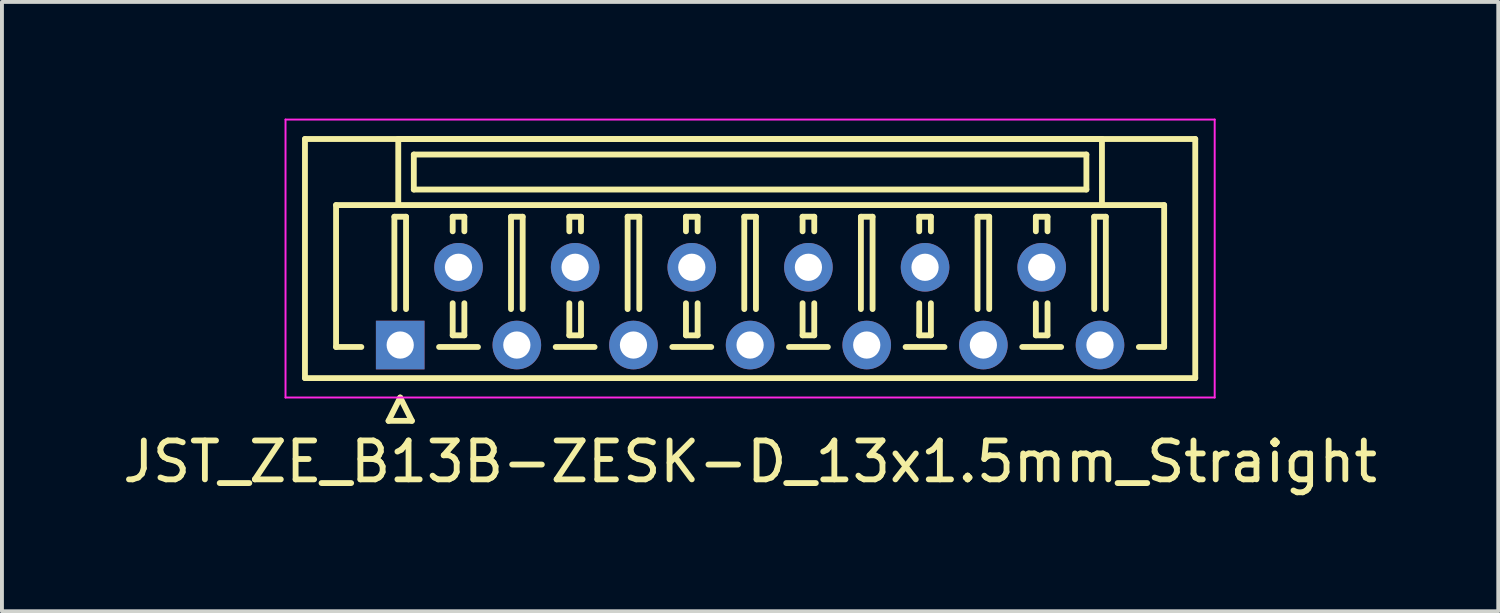
<source format=kicad_pcb>
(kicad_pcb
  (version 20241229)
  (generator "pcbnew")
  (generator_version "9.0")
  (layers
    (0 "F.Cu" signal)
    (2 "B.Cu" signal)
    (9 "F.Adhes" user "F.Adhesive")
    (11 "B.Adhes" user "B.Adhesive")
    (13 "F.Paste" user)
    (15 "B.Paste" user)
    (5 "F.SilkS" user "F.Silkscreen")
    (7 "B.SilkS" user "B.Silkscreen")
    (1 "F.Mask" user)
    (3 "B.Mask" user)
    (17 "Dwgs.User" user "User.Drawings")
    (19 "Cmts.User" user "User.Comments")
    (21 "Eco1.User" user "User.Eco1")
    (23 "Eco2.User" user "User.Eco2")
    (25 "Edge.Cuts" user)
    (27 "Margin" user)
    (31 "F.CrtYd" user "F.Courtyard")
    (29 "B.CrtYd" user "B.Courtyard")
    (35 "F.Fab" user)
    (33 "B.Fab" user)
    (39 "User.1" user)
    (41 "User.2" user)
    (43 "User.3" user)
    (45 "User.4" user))
  (footprint "JST_ZE_B13B-ZESK-D_13x1.5mm_Straight"
    (layer "F.Cu")
    (at 7.244 5.825)
    (property "Reference" "JST_ZE_B13B-ZESK-D_13x1.5mm_Straight" (at 9 3 0) (layer "F.SilkS") (effects (font (size 1 1) (thickness 0.15))))
    (attr through_hole)
    (fp_line (start -2.45 -5.3) (end -2.45 0.85) (stroke (width 0.15) (type solid)) (layer "F.SilkS"))
    (fp_line (start -2.45 0.85) (end 20.45 0.85) (stroke (width 0.15) (type solid)) (layer "F.SilkS"))
    (fp_line (start -1.65 -3.6) (end -1.65 0.05) (stroke (width 0.15) (type solid)) (layer "F.SilkS"))
    (fp_line (start -1.65 0.05) (end -1 0.05) (stroke (width 0.15) (type solid)) (layer "F.SilkS"))
    (fp_line (start -0.3 1.95) (end 0 1.35) (stroke (width 0.15) (type solid)) (layer "F.SilkS"))
    (fp_line (start -0.15 -3.3) (end 0.15 -3.3) (stroke (width 0.15) (type solid)) (layer "F.SilkS"))
    (fp_line (start -0.15 -0.925) (end -0.15 -3.3) (stroke (width 0.15) (type solid)) (layer "F.SilkS"))
    (fp_line (start -0.05 -5.3) (end -0.05 -3.6) (stroke (width 0.15) (type solid)) (layer "F.SilkS"))
    (fp_line (start -0.05 -3.6) (end -1.65 -3.6) (stroke (width 0.15) (type solid)) (layer "F.SilkS"))
    (fp_line (start -0.05 -3.6) (end 18.05 -3.6) (stroke (width 0.15) (type solid)) (layer "F.SilkS"))
    (fp_line (start 0 1.35) (end 0.3 1.95) (stroke (width 0.15) (type solid)) (layer "F.SilkS"))
    (fp_line (start 0.15 -3.3) (end 0.15 -0.925) (stroke (width 0.15) (type solid)) (layer "F.SilkS"))
    (fp_line (start 0.3 1.95) (end -0.3 1.95) (stroke (width 0.15) (type solid)) (layer "F.SilkS"))
    (fp_line (start 0.35 -4.9) (end 0.35 -4) (stroke (width 0.15) (type solid)) (layer "F.SilkS"))
    (fp_line (start 0.35 -4) (end 17.65 -4) (stroke (width 0.15) (type solid)) (layer "F.SilkS"))
    (fp_line (start 1 0.05) (end 2 0.05) (stroke (width 0.15) (type solid)) (layer "F.SilkS"))
    (fp_line (start 1.35 -3.3) (end 1.65 -3.3) (stroke (width 0.15) (type solid)) (layer "F.SilkS"))
    (fp_line (start 1.35 -2.925) (end 1.35 -3.3) (stroke (width 0.15) (type solid)) (layer "F.SilkS"))
    (fp_line (start 1.35 -1.075) (end 1.35 -0.25) (stroke (width 0.15) (type solid)) (layer "F.SilkS"))
    (fp_line (start 1.35 -0.25) (end 1.65 -0.25) (stroke (width 0.15) (type solid)) (layer "F.SilkS"))
    (fp_line (start 1.65 -3.3) (end 1.65 -2.925) (stroke (width 0.15) (type solid)) (layer "F.SilkS"))
    (fp_line (start 1.65 -0.25) (end 1.65 -1.075) (stroke (width 0.15) (type solid)) (layer "F.SilkS"))
    (fp_line (start 2.85 -3.3) (end 3.15 -3.3) (stroke (width 0.15) (type solid)) (layer "F.SilkS"))
    (fp_line (start 2.85 -0.925) (end 2.85 -3.3) (stroke (width 0.15) (type solid)) (layer "F.SilkS"))
    (fp_line (start 3.15 -3.3) (end 3.15 -0.925) (stroke (width 0.15) (type solid)) (layer "F.SilkS"))
    (fp_line (start 4 0.05) (end 5 0.05) (stroke (width 0.15) (type solid)) (layer "F.SilkS"))
    (fp_line (start 4.35 -3.3) (end 4.65 -3.3) (stroke (width 0.15) (type solid)) (layer "F.SilkS"))
    (fp_line (start 4.35 -2.925) (end 4.35 -3.3) (stroke (width 0.15) (type solid)) (layer "F.SilkS"))
    (fp_line (start 4.35 -1.075) (end 4.35 -0.25) (stroke (width 0.15) (type solid)) (layer "F.SilkS"))
    (fp_line (start 4.35 -0.25) (end 4.65 -0.25) (stroke (width 0.15) (type solid)) (layer "F.SilkS"))
    (fp_line (start 4.65 -3.3) (end 4.65 -2.925) (stroke (width 0.15) (type solid)) (layer "F.SilkS"))
    (fp_line (start 4.65 -0.25) (end 4.65 -1.075) (stroke (width 0.15) (type solid)) (layer "F.SilkS"))
    (fp_line (start 5.85 -3.3) (end 6.15 -3.3) (stroke (width 0.15) (type solid)) (layer "F.SilkS"))
    (fp_line (start 5.85 -0.925) (end 5.85 -3.3) (stroke (width 0.15) (type solid)) (layer "F.SilkS"))
    (fp_line (start 6.15 -3.3) (end 6.15 -0.925) (stroke (width 0.15) (type solid)) (layer "F.SilkS"))
    (fp_line (start 7 0.05) (end 8 0.05) (stroke (width 0.15) (type solid)) (layer "F.SilkS"))
    (fp_line (start 7.35 -3.3) (end 7.65 -3.3) (stroke (width 0.15) (type solid)) (layer "F.SilkS"))
    (fp_line (start 7.35 -2.925) (end 7.35 -3.3) (stroke (width 0.15) (type solid)) (layer "F.SilkS"))
    (fp_line (start 7.35 -1.075) (end 7.35 -0.25) (stroke (width 0.15) (type solid)) (layer "F.SilkS"))
    (fp_line (start 7.35 -0.25) (end 7.65 -0.25) (stroke (width 0.15) (type solid)) (layer "F.SilkS"))
    (fp_line (start 7.65 -3.3) (end 7.65 -2.925) (stroke (width 0.15) (type solid)) (layer "F.SilkS"))
    (fp_line (start 7.65 -0.25) (end 7.65 -1.075) (stroke (width 0.15) (type solid)) (layer "F.SilkS"))
    (fp_line (start 8.85 -3.3) (end 9.15 -3.3) (stroke (width 0.15) (type solid)) (layer "F.SilkS"))
    (fp_line (start 8.85 -0.925) (end 8.85 -3.3) (stroke (width 0.15) (type solid)) (layer "F.SilkS"))
    (fp_line (start 9.15 -3.3) (end 9.15 -0.925) (stroke (width 0.15) (type solid)) (layer "F.SilkS"))
    (fp_line (start 10 0.05) (end 11 0.05) (stroke (width 0.15) (type solid)) (layer "F.SilkS"))
    (fp_line (start 10.35 -3.3) (end 10.65 -3.3) (stroke (width 0.15) (type solid)) (layer "F.SilkS"))
    (fp_line (start 10.35 -2.925) (end 10.35 -3.3) (stroke (width 0.15) (type solid)) (layer "F.SilkS"))
    (fp_line (start 10.35 -1.075) (end 10.35 -0.25) (stroke (width 0.15) (type solid)) (layer "F.SilkS"))
    (fp_line (start 10.35 -0.25) (end 10.65 -0.25) (stroke (width 0.15) (type solid)) (layer "F.SilkS"))
    (fp_line (start 10.65 -3.3) (end 10.65 -2.925) (stroke (width 0.15) (type solid)) (layer "F.SilkS"))
    (fp_line (start 10.65 -0.25) (end 10.65 -1.075) (stroke (width 0.15) (type solid)) (layer "F.SilkS"))
    (fp_line (start 11.85 -3.3) (end 12.15 -3.3) (stroke (width 0.15) (type solid)) (layer "F.SilkS"))
    (fp_line (start 11.85 -0.925) (end 11.85 -3.3) (stroke (width 0.15) (type solid)) (layer "F.SilkS"))
    (fp_line (start 12.15 -3.3) (end 12.15 -0.925) (stroke (width 0.15) (type solid)) (layer "F.SilkS"))
    (fp_line (start 13 0.05) (end 14 0.05) (stroke (width 0.15) (type solid)) (layer "F.SilkS"))
    (fp_line (start 13.35 -3.3) (end 13.65 -3.3) (stroke (width 0.15) (type solid)) (layer "F.SilkS"))
    (fp_line (start 13.35 -2.925) (end 13.35 -3.3) (stroke (width 0.15) (type solid)) (layer "F.SilkS"))
    (fp_line (start 13.35 -1.075) (end 13.35 -0.25) (stroke (width 0.15) (type solid)) (layer "F.SilkS"))
    (fp_line (start 13.35 -0.25) (end 13.65 -0.25) (stroke (width 0.15) (type solid)) (layer "F.SilkS"))
    (fp_line (start 13.65 -3.3) (end 13.65 -2.925) (stroke (width 0.15) (type solid)) (layer "F.SilkS"))
    (fp_line (start 13.65 -0.25) (end 13.65 -1.075) (stroke (width 0.15) (type solid)) (layer "F.SilkS"))
    (fp_line (start 14.85 -3.3) (end 15.15 -3.3) (stroke (width 0.15) (type solid)) (layer "F.SilkS"))
    (fp_line (start 14.85 -0.925) (end 14.85 -3.3) (stroke (width 0.15) (type solid)) (layer "F.SilkS"))
    (fp_line (start 15.15 -3.3) (end 15.15 -0.925) (stroke (width 0.15) (type solid)) (layer "F.SilkS"))
    (fp_line (start 16 0.05) (end 17 0.05) (stroke (width 0.15) (type solid)) (layer "F.SilkS"))
    (fp_line (start 16.35 -3.3) (end 16.65 -3.3) (stroke (width 0.15) (type solid)) (layer "F.SilkS"))
    (fp_line (start 16.35 -2.925) (end 16.35 -3.3) (stroke (width 0.15) (type solid)) (layer "F.SilkS"))
    (fp_line (start 16.35 -1.075) (end 16.35 -0.25) (stroke (width 0.15) (type solid)) (layer "F.SilkS"))
    (fp_line (start 16.35 -0.25) (end 16.65 -0.25) (stroke (width 0.15) (type solid)) (layer "F.SilkS"))
    (fp_line (start 16.65 -3.3) (end 16.65 -2.925) (stroke (width 0.15) (type solid)) (layer "F.SilkS"))
    (fp_line (start 16.65 -0.25) (end 16.65 -1.075) (stroke (width 0.15) (type solid)) (layer "F.SilkS"))
    (fp_line (start 17.65 -4.9) (end 0.35 -4.9) (stroke (width 0.15) (type solid)) (layer "F.SilkS"))
    (fp_line (start 17.65 -4) (end 17.65 -4.9) (stroke (width 0.15) (type solid)) (layer "F.SilkS"))
    (fp_line (start 17.85 -3.3) (end 18.15 -3.3) (stroke (width 0.15) (type solid)) (layer "F.SilkS"))
    (fp_line (start 17.85 -0.925) (end 17.85 -3.3) (stroke (width 0.15) (type solid)) (layer "F.SilkS"))
    (fp_line (start 18.05 -5.3) (end -0.05 -5.3) (stroke (width 0.15) (type solid)) (layer "F.SilkS"))
    (fp_line (start 18.05 -3.6) (end 18.05 -5.3) (stroke (width 0.15) (type solid)) (layer "F.SilkS"))
    (fp_line (start 18.05 -3.6) (end 19.65 -3.6) (stroke (width 0.15) (type solid)) (layer "F.SilkS"))
    (fp_line (start 18.15 -3.3) (end 18.15 -0.925) (stroke (width 0.15) (type solid)) (layer "F.SilkS"))
    (fp_line (start 19.65 -3.6) (end 19.65 0.05) (stroke (width 0.15) (type solid)) (layer "F.SilkS"))
    (fp_line (start 19.65 0.05) (end 19 0.05) (stroke (width 0.15) (type solid)) (layer "F.SilkS"))
    (fp_line (start 20.45 -5.3) (end -2.45 -5.3) (stroke (width 0.15) (type solid)) (layer "F.SilkS"))
    (fp_line (start 20.45 0.85) (end 20.45 -5.3) (stroke (width 0.15) (type solid)) (layer "F.SilkS"))
    (fp_line (start -2.95 -5.8) (end -2.95 1.35) (stroke (width 0.05) (type solid)) (layer "F.CrtYd"))
    (fp_line (start -2.95 1.35) (end 20.95 1.35) (stroke (width 0.05) (type solid)) (layer "F.CrtYd"))
    (fp_line (start 20.95 -5.8) (end -2.95 -5.8) (stroke (width 0.05) (type solid)) (layer "F.CrtYd"))
    (fp_line (start 20.95 1.35) (end 20.95 -5.8) (stroke (width 0.05) (type solid)) (layer "F.CrtYd"))
    (pad "1" thru_hole rect (at 0 0) (size 1.25 1.25) (drill 0.7) (layers "*.Cu" "*.Mask"))
    (pad "2" thru_hole circle (at 1.5 -2) (size 1.25 1.25) (drill 0.7) (layers "*.Cu" "*.Mask"))
    (pad "3" thru_hole circle (at 3 0) (size 1.25 1.25) (drill 0.7) (layers "*.Cu" "*.Mask"))
    (pad "4" thru_hole circle (at 4.5 -2) (size 1.25 1.25) (drill 0.7) (layers "*.Cu" "*.Mask"))
    (pad "5" thru_hole circle (at 6 0) (size 1.25 1.25) (drill 0.7) (layers "*.Cu" "*.Mask"))
    (pad "6" thru_hole circle (at 7.5 -2) (size 1.25 1.25) (drill 0.7) (layers "*.Cu" "*.Mask"))
    (pad "7" thru_hole circle (at 9 0) (size 1.25 1.25) (drill 0.7) (layers "*.Cu" "*.Mask"))
    (pad "8" thru_hole circle (at 10.5 -2) (size 1.25 1.25) (drill 0.7) (layers "*.Cu" "*.Mask"))
    (pad "9" thru_hole circle (at 12 0) (size 1.25 1.25) (drill 0.7) (layers "*.Cu" "*.Mask"))
    (pad "10" thru_hole circle (at 13.5 -2) (size 1.25 1.25) (drill 0.7) (layers "*.Cu" "*.Mask"))
    (pad "11" thru_hole circle (at 15 0) (size 1.25 1.25) (drill 0.7) (layers "*.Cu" "*.Mask"))
    (pad "12" thru_hole circle (at 16.5 -2) (size 1.25 1.25) (drill 0.7) (layers "*.Cu" "*.Mask"))
    (pad "13" thru_hole circle (at 18 0) (size 1.25 1.25) (drill 0.7) (layers "*.Cu" "*.Mask")))
  (gr_rect
    (start -3 -3)
    (end 35.488 12.673)
    (stroke (width 0.1) (type default))
    (fill no)
    (layer "Edge.Cuts")))
</source>
